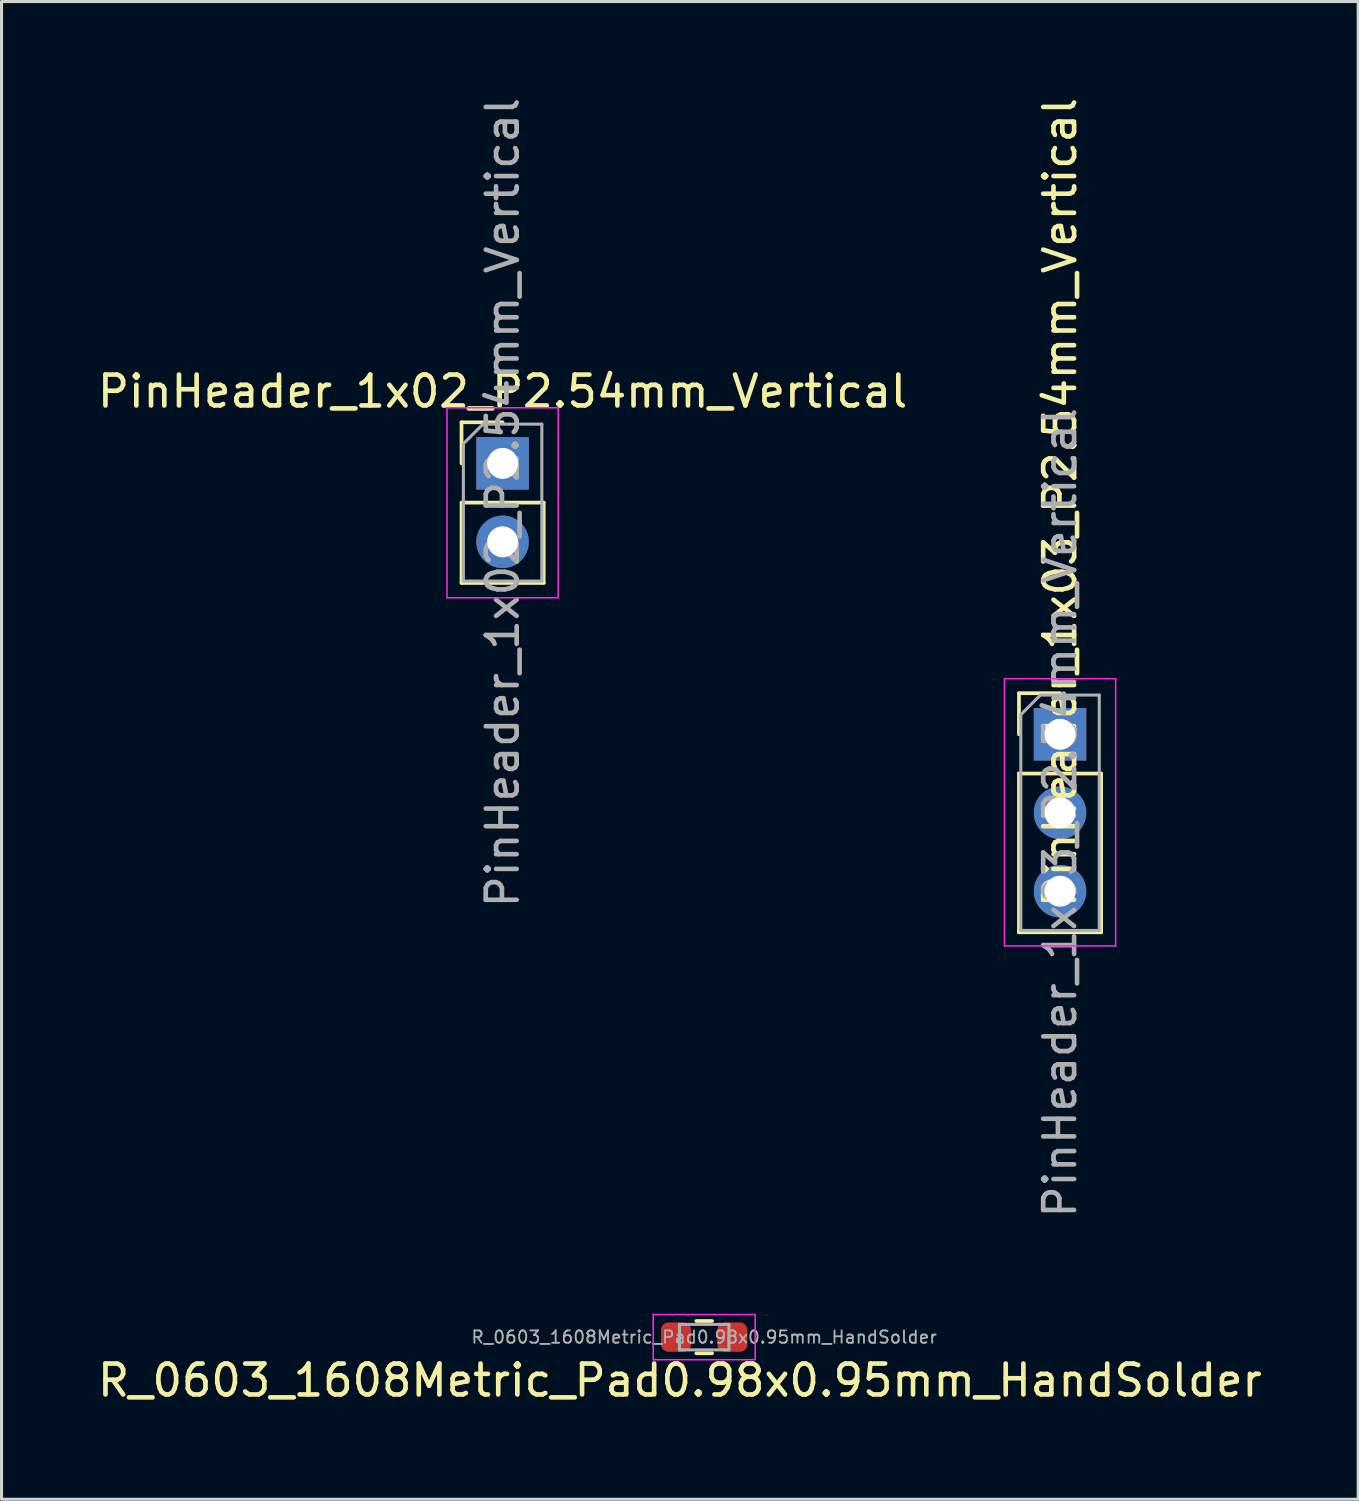
<source format=kicad_pcb>
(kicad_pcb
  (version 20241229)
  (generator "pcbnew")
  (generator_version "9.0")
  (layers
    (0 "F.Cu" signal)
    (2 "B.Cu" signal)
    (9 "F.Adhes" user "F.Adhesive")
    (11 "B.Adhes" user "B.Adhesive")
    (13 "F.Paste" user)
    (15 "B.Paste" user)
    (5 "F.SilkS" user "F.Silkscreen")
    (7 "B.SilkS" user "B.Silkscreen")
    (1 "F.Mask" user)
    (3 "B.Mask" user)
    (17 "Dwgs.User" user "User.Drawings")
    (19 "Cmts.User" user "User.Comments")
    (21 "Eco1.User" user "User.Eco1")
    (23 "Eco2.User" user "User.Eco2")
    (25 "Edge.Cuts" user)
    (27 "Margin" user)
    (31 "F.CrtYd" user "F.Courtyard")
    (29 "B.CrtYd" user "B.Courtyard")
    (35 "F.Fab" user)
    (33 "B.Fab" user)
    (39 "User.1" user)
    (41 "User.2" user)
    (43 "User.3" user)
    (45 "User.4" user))
  (footprint "PinHeader_1x03_P2.54mm_Vertical"
    (layer "F.Cu")
    (at 31.265 20.72)
    (property "Reference" "PinHeader_1x03_P2.54mm_Vertical" (at 0 -7.5 90) (layer "F.SilkS") (effects (font (size 1 1) (thickness 0.15))))
    (attr through_hole)
    (fp_line (start -1.33 -1.33) (end 0 -1.33) (stroke (width 0.12) (type solid)) (layer "F.SilkS"))
    (fp_line (start -1.33 0) (end -1.33 -1.33) (stroke (width 0.12) (type solid)) (layer "F.SilkS"))
    (fp_line (start -1.33 1.27) (end -1.33 6.41) (stroke (width 0.12) (type solid)) (layer "F.SilkS"))
    (fp_line (start -1.33 1.27) (end 1.33 1.27) (stroke (width 0.12) (type solid)) (layer "F.SilkS"))
    (fp_line (start -1.33 6.41) (end 1.33 6.41) (stroke (width 0.12) (type solid)) (layer "F.SilkS"))
    (fp_line (start 1.33 1.27) (end 1.33 6.41) (stroke (width 0.12) (type solid)) (layer "F.SilkS"))
    (fp_line (start -1.8 -1.8) (end -1.8 6.85) (stroke (width 0.05) (type solid)) (layer "F.CrtYd"))
    (fp_line (start -1.8 6.85) (end 1.8 6.85) (stroke (width 0.05) (type solid)) (layer "F.CrtYd"))
    (fp_line (start 1.8 -1.8) (end -1.8 -1.8) (stroke (width 0.05) (type solid)) (layer "F.CrtYd"))
    (fp_line (start 1.8 6.85) (end 1.8 -1.8) (stroke (width 0.05) (type solid)) (layer "F.CrtYd"))
    (fp_line (start -1.27 -0.635) (end -0.635 -1.27) (stroke (width 0.1) (type solid)) (layer "F.Fab"))
    (fp_line (start -1.27 6.35) (end -1.27 -0.635) (stroke (width 0.1) (type solid)) (layer "F.Fab"))
    (fp_line (start -0.635 -1.27) (end 1.27 -1.27) (stroke (width 0.1) (type solid)) (layer "F.Fab"))
    (fp_line (start 1.27 -1.27) (end 1.27 6.35) (stroke (width 0.1) (type solid)) (layer "F.Fab"))
    (fp_line (start 1.27 6.35) (end -1.27 6.35) (stroke (width 0.1) (type solid)) (layer "F.Fab"))
    (fp_text user "${REFERENCE}" (at 0 2.54 90) (layer "F.Fab") (effects (font (size 1 1) (thickness 0.15))))
    (pad "1" thru_hole rect (at 0 0) (size 1.7 1.7) (drill 1) (layers "*.Cu" "*.Mask"))
    (pad "2" thru_hole oval (at 0 2.54) (size 1.7 1.7) (drill 1) (layers "*.Cu" "*.Mask"))
    (pad "3" thru_hole oval (at 0 5.08) (size 1.7 1.7) (drill 1) (layers "*.Cu" "*.Mask")))
  (footprint "PinHeader_1x02_P2.54mm_Vertical"
    (layer "F.Cu")
    (at 13.22 11.95)
    (property "Reference" "PinHeader_1x02_P2.54mm_Vertical" (at 0 -2.33 0) (layer "F.SilkS") (effects (font (size 1 1) (thickness 0.15))))
    (attr through_hole)
    (fp_line (start -1.33 -1.33) (end 0 -1.33) (stroke (width 0.12) (type solid)) (layer "F.SilkS"))
    (fp_line (start -1.33 0) (end -1.33 -1.33) (stroke (width 0.12) (type solid)) (layer "F.SilkS"))
    (fp_line (start -1.33 1.27) (end -1.33 3.87) (stroke (width 0.12) (type solid)) (layer "F.SilkS"))
    (fp_line (start -1.33 1.27) (end 1.33 1.27) (stroke (width 0.12) (type solid)) (layer "F.SilkS"))
    (fp_line (start -1.33 3.87) (end 1.33 3.87) (stroke (width 0.12) (type solid)) (layer "F.SilkS"))
    (fp_line (start 1.33 1.27) (end 1.33 3.87) (stroke (width 0.12) (type solid)) (layer "F.SilkS"))
    (fp_line (start -1.8 -1.8) (end -1.8 4.35) (stroke (width 0.05) (type solid)) (layer "F.CrtYd"))
    (fp_line (start -1.8 4.35) (end 1.8 4.35) (stroke (width 0.05) (type solid)) (layer "F.CrtYd"))
    (fp_line (start 1.8 -1.8) (end -1.8 -1.8) (stroke (width 0.05) (type solid)) (layer "F.CrtYd"))
    (fp_line (start 1.8 4.35) (end 1.8 -1.8) (stroke (width 0.05) (type solid)) (layer "F.CrtYd"))
    (fp_line (start -1.27 -0.635) (end -0.635 -1.27) (stroke (width 0.1) (type solid)) (layer "F.Fab"))
    (fp_line (start -1.27 3.81) (end -1.27 -0.635) (stroke (width 0.1) (type solid)) (layer "F.Fab"))
    (fp_line (start -0.635 -1.27) (end 1.27 -1.27) (stroke (width 0.1) (type solid)) (layer "F.Fab"))
    (fp_line (start 1.27 -1.27) (end 1.27 3.81) (stroke (width 0.1) (type solid)) (layer "F.Fab"))
    (fp_line (start 1.27 3.81) (end -1.27 3.81) (stroke (width 0.1) (type solid)) (layer "F.Fab"))
    (fp_text user "${REFERENCE}" (at 0 1.27 90) (layer "F.Fab") (effects (font (size 1 1) (thickness 0.15))))
    (pad "1" thru_hole rect (at 0 0) (size 1.7 1.7) (drill 1) (layers "*.Cu" "*.Mask"))
    (pad "2" thru_hole oval (at 0 2.54) (size 1.7 1.7) (drill 1) (layers "*.Cu" "*.Mask")))
  (footprint "R_0603_1608Metric_Pad0.98x0.95mm_HandSolder"
    (layer "F.Cu")
    (at 19.746 40.235)
    (property "Reference" "R_0603_1608Metric_Pad0.98x0.95mm_HandSolder" (at -0.787 1.4 0) (layer "F.SilkS") (effects (font (size 1 1) (thickness 0.15))))
    (attr smd)
    (fp_line (start -0.255 -0.522) (end 0.255 -0.522) (stroke (width 0.12) (type solid)) (layer "F.SilkS"))
    (fp_line (start -0.255 0.522) (end 0.255 0.522) (stroke (width 0.12) (type solid)) (layer "F.SilkS"))
    (fp_line (start -1.65 -0.73) (end 1.65 -0.73) (stroke (width 0.05) (type solid)) (layer "F.CrtYd"))
    (fp_line (start -1.65 0.73) (end -1.65 -0.73) (stroke (width 0.05) (type solid)) (layer "F.CrtYd"))
    (fp_line (start 1.65 -0.73) (end 1.65 0.73) (stroke (width 0.05) (type solid)) (layer "F.CrtYd"))
    (fp_line (start 1.65 0.73) (end -1.65 0.73) (stroke (width 0.05) (type solid)) (layer "F.CrtYd"))
    (fp_line (start -0.8 -0.412) (end 0.8 -0.412) (stroke (width 0.1) (type solid)) (layer "F.Fab"))
    (fp_line (start -0.8 0.412) (end -0.8 -0.412) (stroke (width 0.1) (type solid)) (layer "F.Fab"))
    (fp_line (start 0.8 -0.412) (end 0.8 0.412) (stroke (width 0.1) (type solid)) (layer "F.Fab"))
    (fp_line (start 0.8 0.412) (end -0.8 0.412) (stroke (width 0.1) (type solid)) (layer "F.Fab"))
    (fp_text user "${REFERENCE}" (at 0 0 0) (layer "F.Fab") (effects (font (size 0.4 0.4) (thickness 0.06))))
    (pad "1" smd roundrect (at -0.912 0) (size 0.975 0.95) (layers "F.Cu" "F.Mask" "F.Paste") (roundrect_rratio 0.25))
    (pad "2" smd roundrect (at 0.912 0) (size 0.975 0.95) (layers "F.Cu" "F.Mask" "F.Paste") (roundrect_rratio 0.25)))
  (gr_rect
    (start -3 -3)
    (end 40.917 45.484)
    (stroke (width 0.1) (type default))
    (fill no)
    (layer "Edge.Cuts")))
</source>
